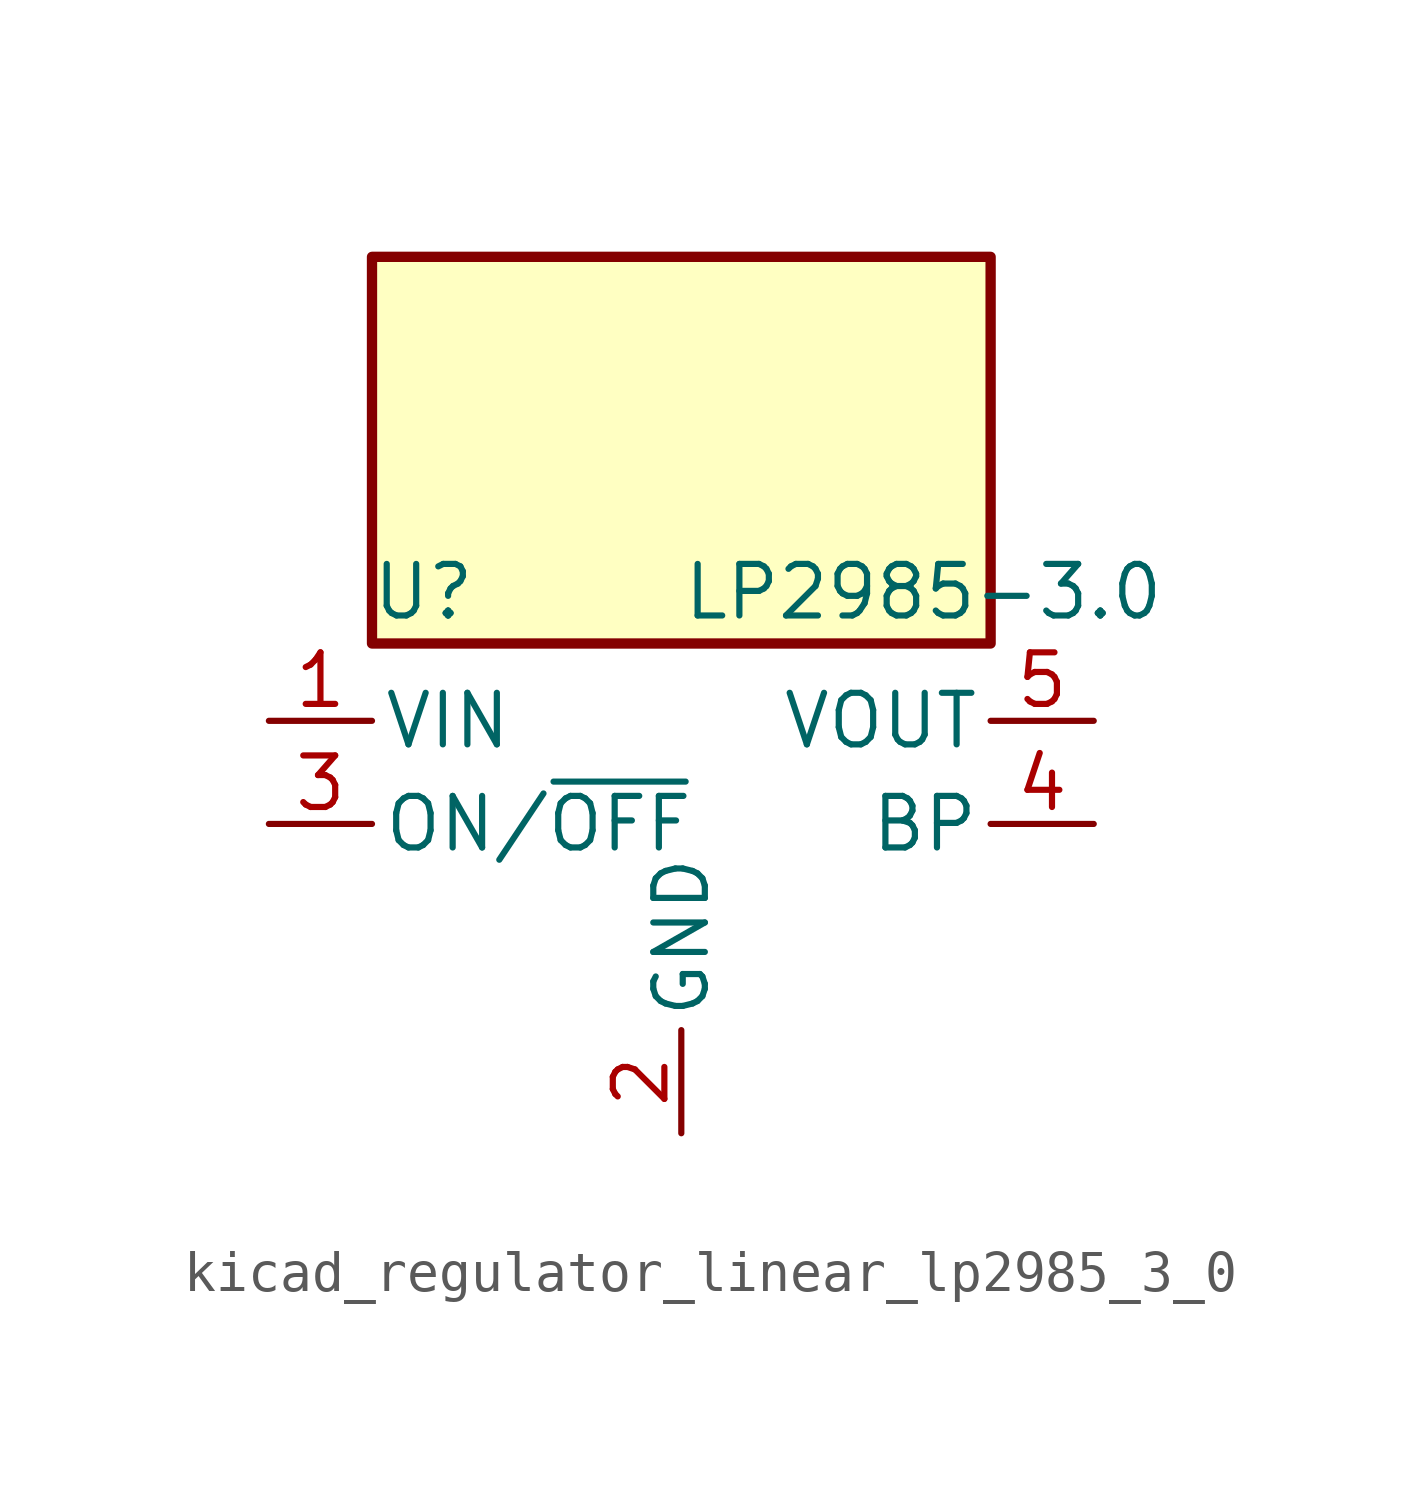
<source format=kicad_sym>
(kicad_symbol_lib
  (version 20220914)
  (generator kicad_symbol_editor)
  (symbol "kicad_regulator_linear_lp2985_3_0"
    (pin_names
      (offset 0.254))
    (property "Reference" "U"
      (at -6.35 5.715 0)
      (effects (font (size 1.27 1.27))))
    (property "Value" "LP2985-3.0"
      (at 0 5.715 0)
      (effects (font (size 1.27 1.27)) (justify left)))
    (symbol "kicad_regulator_linear_lp2985_3_0_0_1"
      (rectangle (start 7.62 13.97) (end -7.62 4.445) (stroke (width 0.254) (type default)) (fill (type background))))
    (symbol "kicad_regulator_linear_lp2985_3_0_1_1"
      (pin power_in line (at -10.16 2.54 0) (length 2.54) (name "VIN" (effects (font (size 1.27 1.27)))) (number "1" (effects (font (size 1.27 1.27)))))
      (pin power_in line (at 0 -7.62 90) (length 2.54) (name "GND" (effects (font (size 1.27 1.27)))) (number "2" (effects (font (size 1.27 1.27)))))
      (pin input line (at -10.16 0 0) (length 2.54) (name "ON/~{OFF}" (effects (font (size 1.27 1.27)))) (number "3" (effects (font (size 1.27 1.27)))))
      (pin input line (at 10.16 0 180) (length 2.54) (name "BP" (effects (font (size 1.27 1.27)))) (number "4" (effects (font (size 1.27 1.27)))))
      (pin power_out line (at 10.16 2.54 180) (length 2.54) (name "VOUT" (effects (font (size 1.27 1.27)))) (number "5" (effects (font (size 1.27 1.27))))))))
</source>
